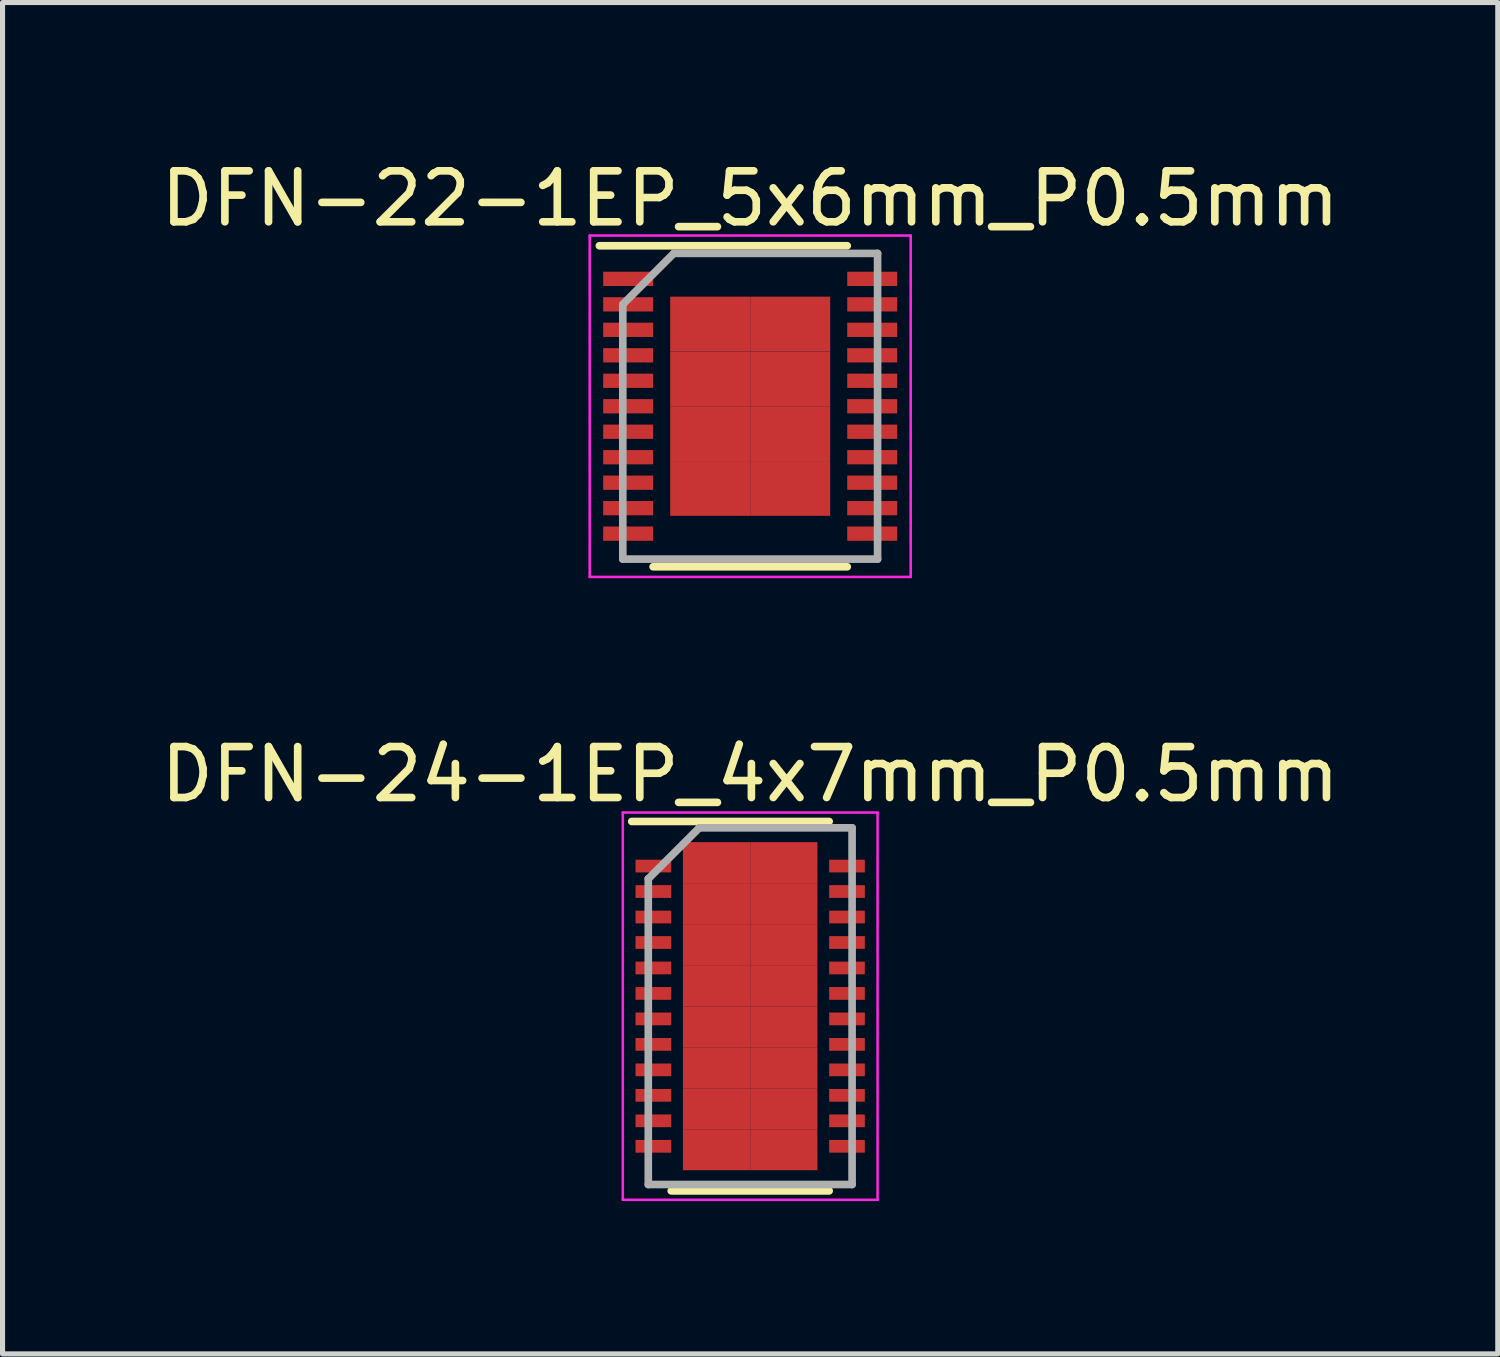
<source format=kicad_pcb>
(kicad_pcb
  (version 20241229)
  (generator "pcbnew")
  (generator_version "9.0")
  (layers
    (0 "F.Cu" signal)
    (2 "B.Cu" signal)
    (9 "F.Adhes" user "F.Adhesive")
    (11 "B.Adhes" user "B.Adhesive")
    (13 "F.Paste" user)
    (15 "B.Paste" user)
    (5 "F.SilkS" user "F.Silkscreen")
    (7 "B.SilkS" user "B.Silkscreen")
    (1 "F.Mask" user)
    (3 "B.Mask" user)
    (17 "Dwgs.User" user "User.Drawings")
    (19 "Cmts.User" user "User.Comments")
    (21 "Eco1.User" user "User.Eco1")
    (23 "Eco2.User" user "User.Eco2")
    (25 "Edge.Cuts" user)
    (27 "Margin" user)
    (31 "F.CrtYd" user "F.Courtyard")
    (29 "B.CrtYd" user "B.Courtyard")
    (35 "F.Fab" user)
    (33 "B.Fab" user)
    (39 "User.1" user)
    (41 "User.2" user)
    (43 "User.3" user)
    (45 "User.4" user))
  (footprint "DFN-22-1EP_5x6mm_P0.5mm"
    (layer "F.Cu")
    (at 11.673 4.923)
    (property "Reference" "DFN-22-1EP_5x6mm_P0.5mm" (at 0 -4.075 0) (layer "F.SilkS") (effects (font (size 1 1) (thickness 0.15))))
    (attr smd)
    (fp_line (start -2.96 -3.15) (end 1.905 -3.15) (stroke (width 0.15) (type solid)) (layer "F.SilkS"))
    (fp_line (start -1.905 3.15) (end 1.905 3.15) (stroke (width 0.15) (type solid)) (layer "F.SilkS"))
    (fp_line (start -3.15 -3.35) (end -3.15 3.35) (stroke (width 0.05) (type solid)) (layer "F.CrtYd"))
    (fp_line (start -3.15 -3.35) (end 3.15 -3.35) (stroke (width 0.05) (type solid)) (layer "F.CrtYd"))
    (fp_line (start -3.15 3.35) (end 3.15 3.35) (stroke (width 0.05) (type solid)) (layer "F.CrtYd"))
    (fp_line (start 3.15 -3.35) (end 3.15 3.35) (stroke (width 0.05) (type solid)) (layer "F.CrtYd"))
    (fp_line (start -2.5 -2) (end -1.5 -3) (stroke (width 0.15) (type solid)) (layer "F.Fab"))
    (fp_line (start -2.5 3) (end -2.5 -2) (stroke (width 0.15) (type solid)) (layer "F.Fab"))
    (fp_line (start -1.5 -3) (end 2.5 -3) (stroke (width 0.15) (type solid)) (layer "F.Fab"))
    (fp_line (start 2.5 -3) (end 2.5 3) (stroke (width 0.15) (type solid)) (layer "F.Fab"))
    (fp_line (start 2.5 3) (end -2.5 3) (stroke (width 0.15) (type solid)) (layer "F.Fab"))
    (pad "1" smd rect (at -2.395 -2.5) (size 0.98 0.28) (layers "F.Cu" "F.Mask" "F.Paste"))
    (pad "2" smd rect (at -2.395 -2) (size 0.98 0.28) (layers "F.Cu" "F.Mask" "F.Paste"))
    (pad "3" smd rect (at -2.395 -1.5) (size 0.98 0.28) (layers "F.Cu" "F.Mask" "F.Paste"))
    (pad "4" smd rect (at -2.395 -1) (size 0.98 0.28) (layers "F.Cu" "F.Mask" "F.Paste"))
    (pad "5" smd rect (at -2.395 -0.5) (size 0.98 0.28) (layers "F.Cu" "F.Mask" "F.Paste"))
    (pad "6" smd rect (at -2.395 0) (size 0.98 0.28) (layers "F.Cu" "F.Mask" "F.Paste"))
    (pad "7" smd rect (at -2.395 0.5) (size 0.98 0.28) (layers "F.Cu" "F.Mask" "F.Paste"))
    (pad "8" smd rect (at -2.395 1) (size 0.98 0.28) (layers "F.Cu" "F.Mask" "F.Paste"))
    (pad "9" smd rect (at -2.395 1.5) (size 0.98 0.28) (layers "F.Cu" "F.Mask" "F.Paste"))
    (pad "10" smd rect (at -2.395 2) (size 0.98 0.28) (layers "F.Cu" "F.Mask" "F.Paste"))
    (pad "11" smd rect (at -2.395 2.5) (size 0.98 0.28) (layers "F.Cu" "F.Mask" "F.Paste"))
    (pad "12" smd rect (at 2.395 2.5) (size 0.98 0.28) (layers "F.Cu" "F.Mask" "F.Paste"))
    (pad "13" smd rect (at 2.395 2) (size 0.98 0.28) (layers "F.Cu" "F.Mask" "F.Paste"))
    (pad "14" smd rect (at 2.395 1.5) (size 0.98 0.28) (layers "F.Cu" "F.Mask" "F.Paste"))
    (pad "15" smd rect (at 2.395 1) (size 0.98 0.28) (layers "F.Cu" "F.Mask" "F.Paste"))
    (pad "16" smd rect (at 2.395 0.5) (size 0.98 0.28) (layers "F.Cu" "F.Mask" "F.Paste"))
    (pad "17" smd rect (at 2.395 0) (size 0.98 0.28) (layers "F.Cu" "F.Mask" "F.Paste"))
    (pad "18" smd rect (at 2.395 -0.5) (size 0.98 0.28) (layers "F.Cu" "F.Mask" "F.Paste"))
    (pad "19" smd rect (at 2.395 -1) (size 0.98 0.28) (layers "F.Cu" "F.Mask" "F.Paste"))
    (pad "20" smd rect (at 2.395 -1.5) (size 0.98 0.28) (layers "F.Cu" "F.Mask" "F.Paste"))
    (pad "21" smd rect (at 2.395 -2) (size 0.98 0.28) (layers "F.Cu" "F.Mask" "F.Paste"))
    (pad "22" smd rect (at 2.395 -2.5) (size 0.98 0.28) (layers "F.Cu" "F.Mask" "F.Paste"))
    (pad "23" smd rect (at -0.785 -1.613) (size 1.57 1.075) (layers "F.Cu" "F.Mask" "F.Paste"))
    (pad "23" smd rect (at -0.785 -0.537) (size 1.57 1.075) (layers "F.Cu" "F.Mask" "F.Paste"))
    (pad "23" smd rect (at -0.785 0.537) (size 1.57 1.075) (layers "F.Cu" "F.Mask" "F.Paste"))
    (pad "23" smd rect (at -0.785 1.613) (size 1.57 1.075) (layers "F.Cu" "F.Mask" "F.Paste"))
    (pad "23" smd rect (at 0.785 -1.613) (size 1.57 1.075) (layers "F.Cu" "F.Mask" "F.Paste"))
    (pad "23" smd rect (at 0.785 -0.537) (size 1.57 1.075) (layers "F.Cu" "F.Mask" "F.Paste"))
    (pad "23" smd rect (at 0.785 0.537) (size 1.57 1.075) (layers "F.Cu" "F.Mask" "F.Paste"))
    (pad "23" smd rect (at 0.785 1.613) (size 1.57 1.075) (layers "F.Cu" "F.Mask" "F.Paste")))
  (footprint "DFN-24-1EP_4x7mm_P0.5mm"
    (layer "F.Cu")
    (at 11.673 16.697)
    (property "Reference" "DFN-24-1EP_4x7mm_P0.5mm" (at 0 -4.55 0) (layer "F.SilkS") (effects (font (size 1 1) (thickness 0.15))))
    (attr smd)
    (fp_line (start -2.325 -3.625) (end 1.55 -3.625) (stroke (width 0.15) (type solid)) (layer "F.SilkS"))
    (fp_line (start -1.55 3.625) (end 1.55 3.625) (stroke (width 0.15) (type solid)) (layer "F.SilkS"))
    (fp_line (start -2.5 -3.8) (end -2.5 3.8) (stroke (width 0.05) (type solid)) (layer "F.CrtYd"))
    (fp_line (start -2.5 -3.8) (end 2.5 -3.8) (stroke (width 0.05) (type solid)) (layer "F.CrtYd"))
    (fp_line (start -2.5 3.8) (end 2.5 3.8) (stroke (width 0.05) (type solid)) (layer "F.CrtYd"))
    (fp_line (start 2.5 -3.8) (end 2.5 3.8) (stroke (width 0.05) (type solid)) (layer "F.CrtYd"))
    (fp_line (start -2 -2.5) (end -1 -3.5) (stroke (width 0.15) (type solid)) (layer "F.Fab"))
    (fp_line (start -2 3.5) (end -2 -2.5) (stroke (width 0.15) (type solid)) (layer "F.Fab"))
    (fp_line (start -1 -3.5) (end 2 -3.5) (stroke (width 0.15) (type solid)) (layer "F.Fab"))
    (fp_line (start 2 -3.5) (end 2 3.5) (stroke (width 0.15) (type solid)) (layer "F.Fab"))
    (fp_line (start 2 3.5) (end -2 3.5) (stroke (width 0.15) (type solid)) (layer "F.Fab"))
    (pad "1" smd rect (at -1.9 -2.75) (size 0.7 0.25) (layers "F.Cu" "F.Mask" "F.Paste"))
    (pad "2" smd rect (at -1.9 -2.25) (size 0.7 0.25) (layers "F.Cu" "F.Mask" "F.Paste"))
    (pad "3" smd rect (at -1.9 -1.75) (size 0.7 0.25) (layers "F.Cu" "F.Mask" "F.Paste"))
    (pad "4" smd rect (at -1.9 -1.25) (size 0.7 0.25) (layers "F.Cu" "F.Mask" "F.Paste"))
    (pad "5" smd rect (at -1.9 -0.75) (size 0.7 0.25) (layers "F.Cu" "F.Mask" "F.Paste"))
    (pad "6" smd rect (at -1.9 -0.25) (size 0.7 0.25) (layers "F.Cu" "F.Mask" "F.Paste"))
    (pad "7" smd rect (at -1.9 0.25) (size 0.7 0.25) (layers "F.Cu" "F.Mask" "F.Paste"))
    (pad "8" smd rect (at -1.9 0.75) (size 0.7 0.25) (layers "F.Cu" "F.Mask" "F.Paste"))
    (pad "9" smd rect (at -1.9 1.25) (size 0.7 0.25) (layers "F.Cu" "F.Mask" "F.Paste"))
    (pad "10" smd rect (at -1.9 1.75) (size 0.7 0.25) (layers "F.Cu" "F.Mask" "F.Paste"))
    (pad "11" smd rect (at -1.9 2.25) (size 0.7 0.25) (layers "F.Cu" "F.Mask" "F.Paste"))
    (pad "12" smd rect (at -1.9 2.75) (size 0.7 0.25) (layers "F.Cu" "F.Mask" "F.Paste"))
    (pad "13" smd rect (at 1.9 2.75) (size 0.7 0.25) (layers "F.Cu" "F.Mask" "F.Paste"))
    (pad "14" smd rect (at 1.9 2.25) (size 0.7 0.25) (layers "F.Cu" "F.Mask" "F.Paste"))
    (pad "15" smd rect (at 1.9 1.75) (size 0.7 0.25) (layers "F.Cu" "F.Mask" "F.Paste"))
    (pad "16" smd rect (at 1.9 1.25) (size 0.7 0.25) (layers "F.Cu" "F.Mask" "F.Paste"))
    (pad "17" smd rect (at 1.9 0.75) (size 0.7 0.25) (layers "F.Cu" "F.Mask" "F.Paste"))
    (pad "18" smd rect (at 1.9 0.25) (size 0.7 0.25) (layers "F.Cu" "F.Mask" "F.Paste"))
    (pad "19" smd rect (at 1.9 -0.25) (size 0.7 0.25) (layers "F.Cu" "F.Mask" "F.Paste"))
    (pad "20" smd rect (at 1.9 -0.75) (size 0.7 0.25) (layers "F.Cu" "F.Mask" "F.Paste"))
    (pad "21" smd rect (at 1.9 -1.25) (size 0.7 0.25) (layers "F.Cu" "F.Mask" "F.Paste"))
    (pad "22" smd rect (at 1.9 -1.75) (size 0.7 0.25) (layers "F.Cu" "F.Mask" "F.Paste"))
    (pad "23" smd rect (at 1.9 -2.25) (size 0.7 0.25) (layers "F.Cu" "F.Mask" "F.Paste"))
    (pad "24" smd rect (at 1.9 -2.75) (size 0.7 0.25) (layers "F.Cu" "F.Mask" "F.Paste"))
    (pad "25" smd rect (at -0.66 -2.817) (size 1.32 0.805) (layers "F.Cu" "F.Mask" "F.Paste"))
    (pad "25" smd rect (at -0.66 -2.013) (size 1.32 0.805) (layers "F.Cu" "F.Mask" "F.Paste"))
    (pad "25" smd rect (at -0.66 -1.208) (size 1.32 0.805) (layers "F.Cu" "F.Mask" "F.Paste"))
    (pad "25" smd rect (at -0.66 -0.403) (size 1.32 0.805) (layers "F.Cu" "F.Mask" "F.Paste"))
    (pad "25" smd rect (at -0.66 0.403) (size 1.32 0.805) (layers "F.Cu" "F.Mask" "F.Paste"))
    (pad "25" smd rect (at -0.66 1.208) (size 1.32 0.805) (layers "F.Cu" "F.Mask" "F.Paste"))
    (pad "25" smd rect (at -0.66 2.013) (size 1.32 0.805) (layers "F.Cu" "F.Mask" "F.Paste"))
    (pad "25" smd rect (at -0.66 2.817) (size 1.32 0.805) (layers "F.Cu" "F.Mask" "F.Paste"))
    (pad "25" smd rect (at 0.66 -2.817) (size 1.32 0.805) (layers "F.Cu" "F.Mask" "F.Paste"))
    (pad "25" smd rect (at 0.66 -2.013) (size 1.32 0.805) (layers "F.Cu" "F.Mask" "F.Paste"))
    (pad "25" smd rect (at 0.66 -1.208) (size 1.32 0.805) (layers "F.Cu" "F.Mask" "F.Paste"))
    (pad "25" smd rect (at 0.66 -0.403) (size 1.32 0.805) (layers "F.Cu" "F.Mask" "F.Paste"))
    (pad "25" smd rect (at 0.66 0.403) (size 1.32 0.805) (layers "F.Cu" "F.Mask" "F.Paste"))
    (pad "25" smd rect (at 0.66 1.208) (size 1.32 0.805) (layers "F.Cu" "F.Mask" "F.Paste"))
    (pad "25" smd rect (at 0.66 2.013) (size 1.32 0.805) (layers "F.Cu" "F.Mask" "F.Paste"))
    (pad "25" smd rect (at 0.66 2.817) (size 1.32 0.805) (layers "F.Cu" "F.Mask" "F.Paste")))
  (gr_rect
    (start -3 -3)
    (end 26.345 23.521)
    (stroke (width 0.1) (type default))
    (fill no)
    (layer "Edge.Cuts")))
</source>
